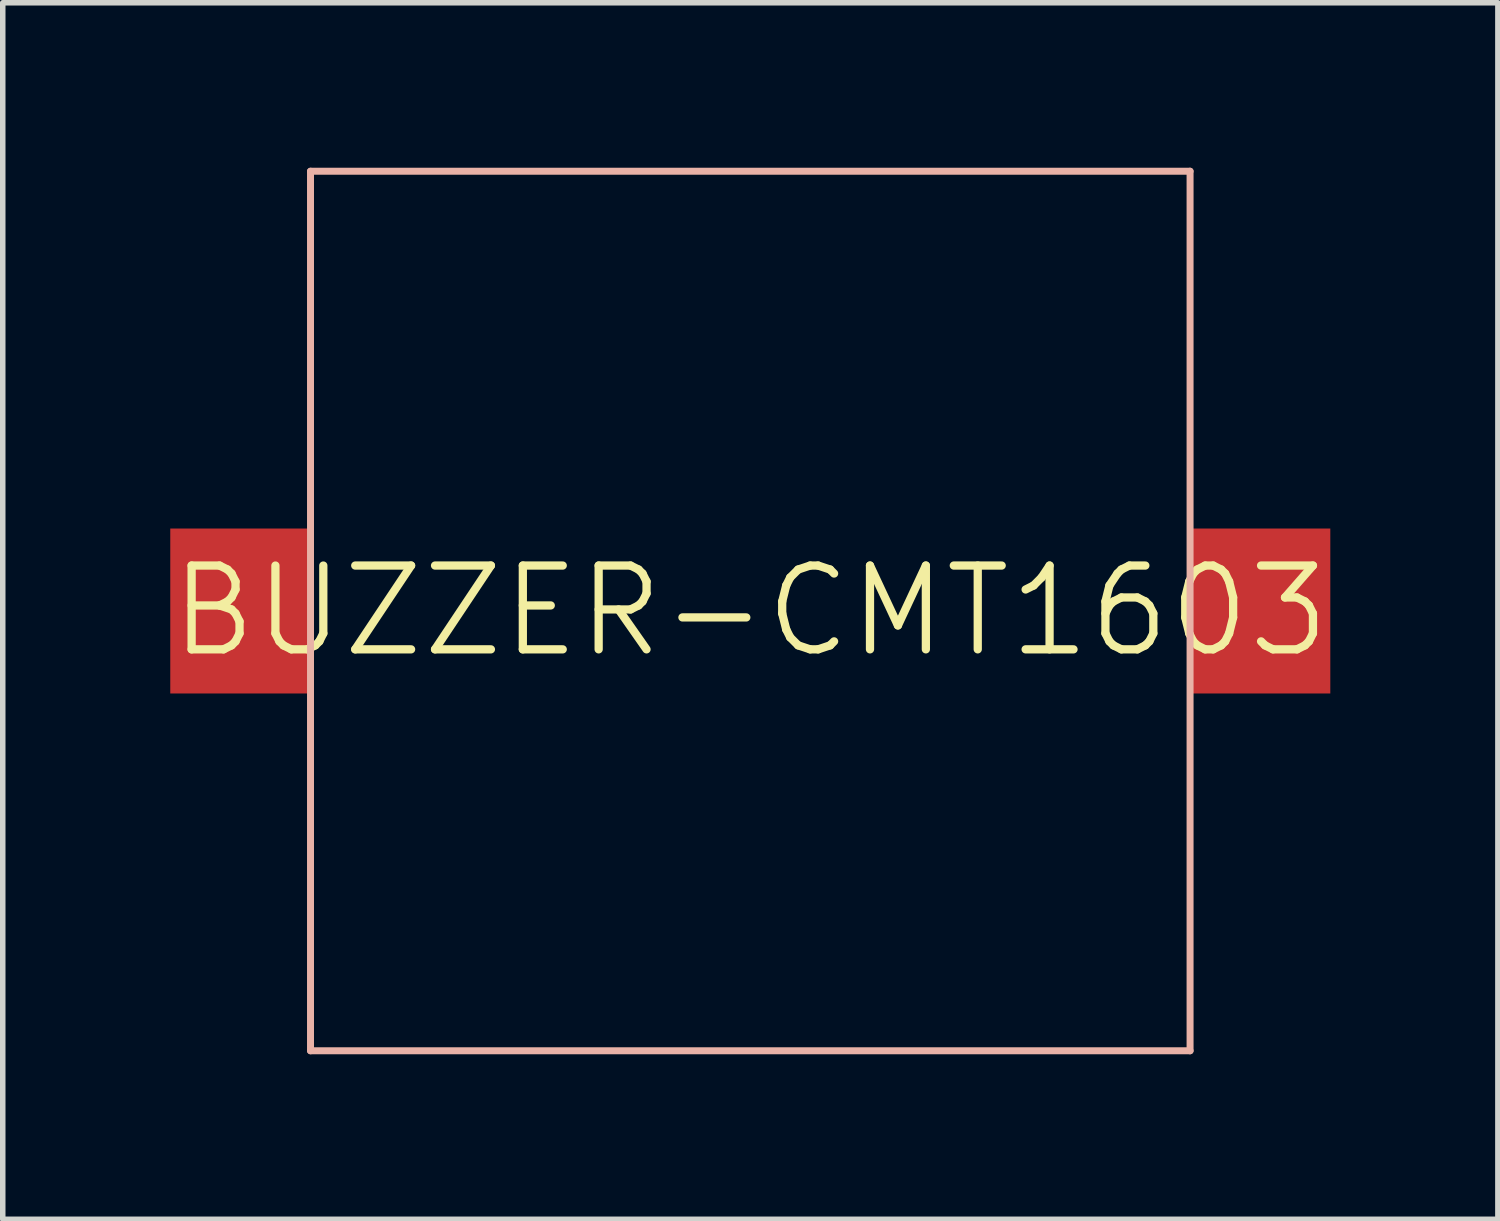
<source format=kicad_pcb>
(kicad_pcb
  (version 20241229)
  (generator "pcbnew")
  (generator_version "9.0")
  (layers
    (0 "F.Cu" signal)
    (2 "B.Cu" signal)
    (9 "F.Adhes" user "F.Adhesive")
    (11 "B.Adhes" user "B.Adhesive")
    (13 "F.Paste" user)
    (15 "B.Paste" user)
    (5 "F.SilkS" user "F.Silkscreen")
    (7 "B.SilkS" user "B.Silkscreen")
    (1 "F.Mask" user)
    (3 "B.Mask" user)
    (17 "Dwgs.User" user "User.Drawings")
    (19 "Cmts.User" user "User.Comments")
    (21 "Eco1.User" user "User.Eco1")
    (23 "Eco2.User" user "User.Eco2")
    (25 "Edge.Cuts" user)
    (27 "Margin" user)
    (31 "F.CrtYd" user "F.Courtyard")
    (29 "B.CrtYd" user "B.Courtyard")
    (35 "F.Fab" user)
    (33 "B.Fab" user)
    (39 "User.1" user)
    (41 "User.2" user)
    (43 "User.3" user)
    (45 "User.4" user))
  (footprint "BUZZER-CMT1603"
    (layer "F.Cu")
    (at 10.595 8.062)
    (property "Reference" "BUZZER-CMT1603" (at 0 0 0) (layer "F.SilkS") (effects (font (size 1.524 1.524) (thickness 0.15))))
    (attr smd)
    (fp_line (start -7.998 -7.998) (end -7.998 7.998) (stroke (width 0.127) (type solid)) (layer "B.SilkS"))
    (fp_line (start -7.998 7.998) (end 7.998 7.998) (stroke (width 0.127) (type solid)) (layer "B.SilkS"))
    (fp_line (start 7.998 -7.998) (end -7.998 -7.998) (stroke (width 0.127) (type solid)) (layer "B.SilkS"))
    (fp_line (start 7.998 7.998) (end 7.998 -7.998) (stroke (width 0.127) (type solid)) (layer "B.SilkS"))
    (pad "P$1" smd rect (at -9.299 0) (size 2.499 3) (layers "F.Cu" "F.Mask" "F.Paste"))
    (pad "P$2" smd rect (at 9.299 0) (size 2.499 3) (layers "F.Cu" "F.Mask" "F.Paste")))
  (gr_rect
    (start -3 -3)
    (end 24.191 19.124)
    (stroke (width 0.1) (type default))
    (fill no)
    (layer "Edge.Cuts")))
</source>
